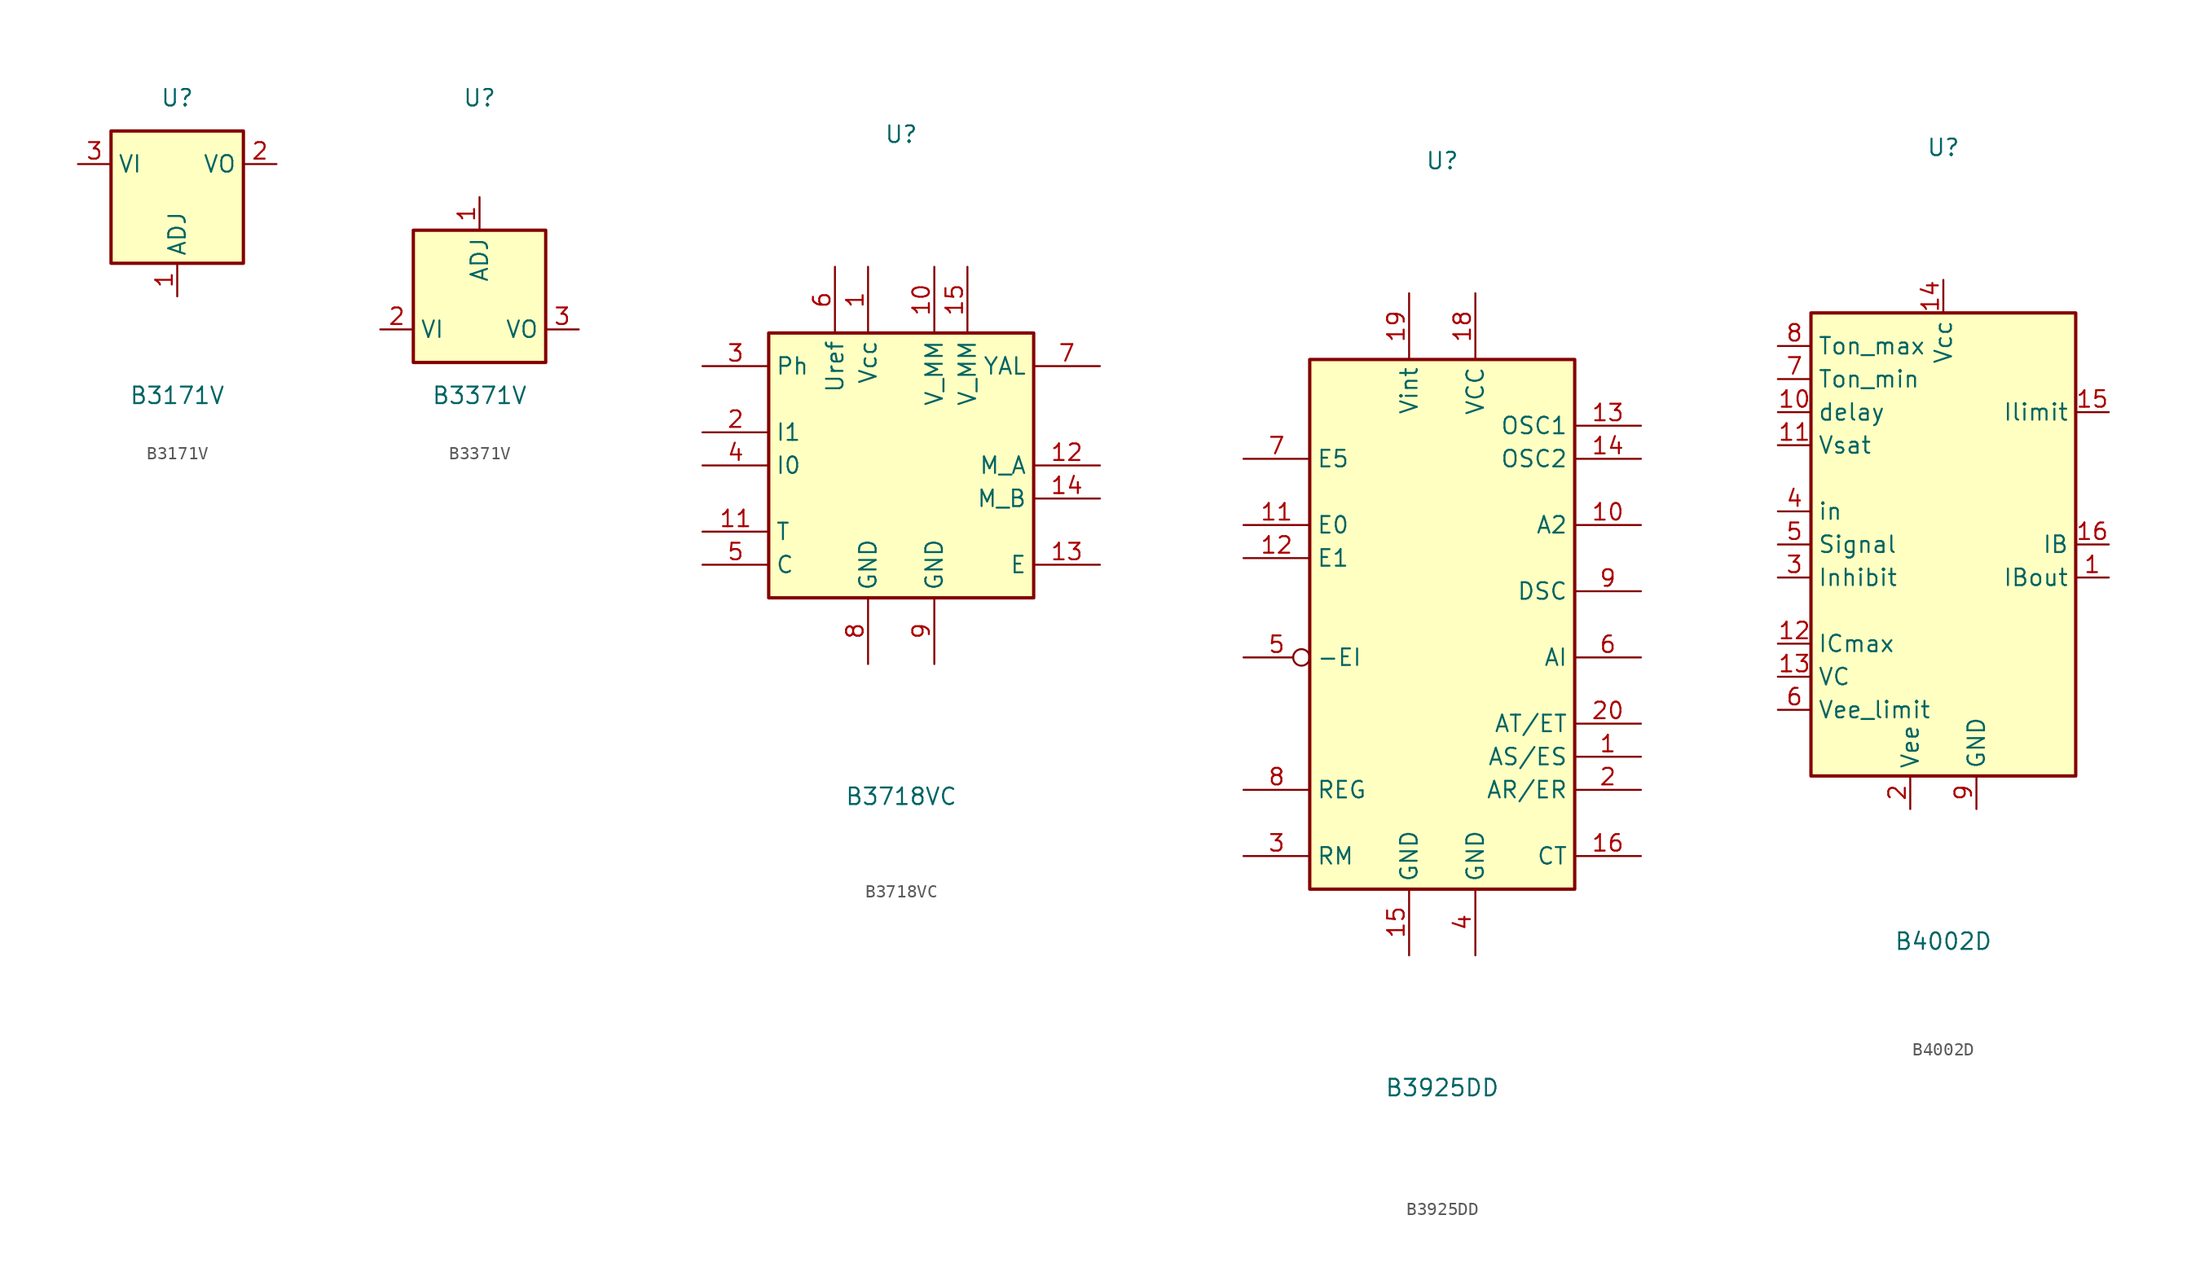
<source format=kicad_sym>
(kicad_symbol_lib
  (version 20241209)
  (generator "kicad_symbol_editor")
  (generator_version "9.0")
  (symbol "B3171V"
    (property "Reference" "U"
      (at 0 7.62 0)
      (effects (font (size 1.27 1.27))))
    (property "Value" "B3171V"
      (at 0 -15.24 0)
      (effects (font (size 1.27 1.27))))
    (symbol "B3171V_1_1"
      (rectangle (start -5.08 5.08) (end 5.08 -5.08) (stroke (width 0.254) (type default)) (fill (type background)))
      (pin power_in line (at -7.62 2.54 0) (length 2.54) (name "VI" (effects (font (size 1.27 1.27)))) (number "3" (effects (font (size 1.27 1.27)))))
      (pin input line (at 0 -7.62 90) (length 2.54) (name "ADJ" (effects (font (size 1.27 1.27)))) (number "1" (effects (font (size 1.27 1.27)))))
      (pin power_out line (at 7.62 2.54 180) (length 2.54) (name "VO" (effects (font (size 1.27 1.27)))) (number "2" (effects (font (size 1.27 1.27)))))))
  (symbol "B3371V"
    (property "Reference" "U"
      (at 0 15.24 0)
      (effects (font (size 1.27 1.27))))
    (property "Value" "B3371V"
      (at 0 -7.62 0)
      (effects (font (size 1.27 1.27))))
    (symbol "B3371V_1_1"
      (rectangle (start -5.08 5.08) (end 5.08 -5.08) (stroke (width 0.254) (type default)) (fill (type background)))
      (pin power_in line (at -7.62 -2.54 0) (length 2.54) (name "VI" (effects (font (size 1.27 1.27)))) (number "2" (effects (font (size 1.27 1.27)))))
      (pin input line (at 0 7.62 270) (length 2.54) (name "ADJ" (effects (font (size 1.27 1.27)))) (number "1" (effects (font (size 1.27 1.27)))))
      (pin power_out line (at 7.62 -2.54 180) (length 2.54) (name "VO" (effects (font (size 1.27 1.27)))) (number "3" (effects (font (size 1.27 1.27)))))))
  (symbol "B3718VC"
    (property "Reference" "U"
      (at 0 25.4 0)
      (effects (font (size 1.27 1.27))))
    (property "Value" "B3718VC"
      (at 0 -25.4 0)
      (effects (font (size 1.27 1.27))))
    (symbol "B3718VC_0_0"
      (pin input line (at -15.24 7.62 0) (length 5.08) (name "Ph" (effects (font (size 1.27 1.27)))) (number "3" (effects (font (size 1.27 1.27)))))
      (pin input line (at -15.24 2.54 0) (length 5.08) (name "I1" (effects (font (size 1.27 1.27)))) (number "2" (effects (font (size 1.27 1.27)))))
      (pin input line (at -15.24 0 0) (length 5.08) (name "I0" (effects (font (size 1.27 1.27)))) (number "4" (effects (font (size 1.27 1.27)))))
      (pin input line (at -15.24 -5.08 0) (length 5.08) (name "T" (effects (font (size 1.27 1.27)))) (number "11" (effects (font (size 1.27 1.27)))))
      (pin input line (at -15.24 -7.62 0) (length 5.08) (name "C" (effects (font (size 1.27 1.27)))) (number "5" (effects (font (size 1.27 1.27)))))
      (pin power_in line (at -5.08 15.24 270) (length 5.08) (name "Uref" (effects (font (size 1.27 1.27)))) (number "6" (effects (font (size 1.27 1.27)))))
      (pin power_in line (at -2.54 15.24 270) (length 5.08) (name "Vcc" (effects (font (size 1.27 1.27)))) (number "1" (effects (font (size 1.27 1.27)))))
      (pin power_in line (at -2.54 -15.24 90) (length 5.08) (name "GND" (effects (font (size 1.27 1.27)))) (number "8" (effects (font (size 1.27 1.27)))))
      (pin power_in line (at 2.54 15.24 270) (length 5.08) (name "V_MM" (effects (font (size 1.27 1.27)))) (number "10" (effects (font (size 1.27 1.27)))))
      (pin power_in line (at 2.54 -15.24 90) (length 5.08) (name "GND" (effects (font (size 1.27 1.27)))) (number "9" (effects (font (size 1.27 1.27)))))
      (pin power_in line (at 5.08 15.24 270) (length 5.08) (name "V_MM" (effects (font (size 1.27 1.27)))) (number "15" (effects (font (size 1.27 1.27)))))
      (pin output line (at 15.24 7.62 180) (length 5.08) (name "YAL" (effects (font (size 1.27 1.27)))) (number "7" (effects (font (size 1.27 1.27)))))
      (pin output line (at 15.24 0 180) (length 5.08) (name "M_A" (effects (font (size 1.27 1.27)))) (number "12" (effects (font (size 1.27 1.27)))))
      (pin output line (at 15.24 -2.54 180) (length 5.08) (name "M_B" (effects (font (size 1.27 1.27)))) (number "14" (effects (font (size 1.27 1.27)))))
      (pin passive line (at 15.24 -7.62 180) (length 5.08) (name "E" (effects (font (size 1.27 1.27)))) (number "13" (effects (font (size 1.27 1.27))))))
    (symbol "B3718VC_0_1"
      (rectangle (start -10.16 10.16) (end 10.16 -10.16) (stroke (width 0.254) (type default)) (fill (type background)))))
  (symbol "B3925DD"
    (property "Reference" "U"
      (at 0 35.56 0)
      (effects (font (size 1.27 1.27))))
    (property "Value" "B3925DD"
      (at 0 -35.56 0)
      (effects (font (size 1.27 1.27))))
    (symbol "B3925DD_0_0"
      (pin input line (at -15.24 12.7 0) (length 5.08) (name "E5" (effects (font (size 1.27 1.27)))) (number "7" (effects (font (size 1.27 1.27)))))
      (pin input line (at -15.24 7.62 0) (length 5.08) (name "E0" (effects (font (size 1.27 1.27)))) (number "11" (effects (font (size 1.27 1.27)))))
      (pin input line (at -15.24 5.08 0) (length 5.08) (name "E1" (effects (font (size 1.27 1.27)))) (number "12" (effects (font (size 1.27 1.27)))))
      (pin input inverted (at -15.24 -2.54 0) (length 5.08) (name "-EI" (effects (font (size 1.27 1.27)))) (number "5" (effects (font (size 1.27 1.27)))))
      (pin passive line (at -15.24 -12.7 0) (length 5.08) (name "REG" (effects (font (size 1.27 1.27)))) (number "8" (effects (font (size 1.27 1.27)))))
      (pin passive line (at -15.24 -17.78 0) (length 5.08) (name "RM" (effects (font (size 1.27 1.27)))) (number "3" (effects (font (size 1.27 1.27)))))
      (pin no_connect line (at -10.16 -7.62 0) (length 5.08) (hide yes) (name "~" (effects (font (size 1.27 1.27)))) (number "17" (effects (font (size 1.27 1.27)))))
      (pin power_in line (at -2.54 25.4 270) (length 5.08) (name "Vint" (effects (font (size 1.27 1.27)))) (number "19" (effects (font (size 1.27 1.27)))))
      (pin power_in line (at -2.54 -25.4 90) (length 5.08) (name "GND" (effects (font (size 1.27 1.27)))) (number "15" (effects (font (size 1.27 1.27)))))
      (pin power_in line (at 2.54 25.4 270) (length 5.08) (name "VCC" (effects (font (size 1.27 1.27)))) (number "18" (effects (font (size 1.27 1.27)))))
      (pin power_in line (at 2.54 -25.4 90) (length 5.08) (name "GND" (effects (font (size 1.27 1.27)))) (number "4" (effects (font (size 1.27 1.27)))))
      (pin passive line (at 15.24 15.24 180) (length 5.08) (name "OSC1" (effects (font (size 1.27 1.27)))) (number "13" (effects (font (size 1.27 1.27)))))
      (pin passive line (at 15.24 12.7 180) (length 5.08) (name "OSC2" (effects (font (size 1.27 1.27)))) (number "14" (effects (font (size 1.27 1.27)))))
      (pin unspecified line (at 15.24 7.62 180) (length 5.08) (name "A2" (effects (font (size 1.27 1.27)))) (number "10" (effects (font (size 1.27 1.27)))))
      (pin output line (at 15.24 2.54 180) (length 5.08) (name "DSC" (effects (font (size 1.27 1.27)))) (number "9" (effects (font (size 1.27 1.27)))))
      (pin output line (at 15.24 -2.54 180) (length 5.08) (name "AI" (effects (font (size 1.27 1.27)))) (number "6" (effects (font (size 1.27 1.27)))))
      (pin bidirectional line (at 15.24 -7.62 180) (length 5.08) (name "AT/ET" (effects (font (size 1.27 1.27)))) (number "20" (effects (font (size 1.27 1.27)))))
      (pin bidirectional line (at 15.24 -10.16 180) (length 5.08) (name "AS/ES" (effects (font (size 1.27 1.27)))) (number "1" (effects (font (size 1.27 1.27)))))
      (pin bidirectional line (at 15.24 -12.7 180) (length 5.08) (name "AR/ER" (effects (font (size 1.27 1.27)))) (number "2" (effects (font (size 1.27 1.27)))))
      (pin passive line (at 15.24 -17.78 180) (length 5.08) (name "CT" (effects (font (size 1.27 1.27)))) (number "16" (effects (font (size 1.27 1.27))))))
    (symbol "B3925DD_0_1"
      (rectangle (start -10.16 20.32) (end 10.16 -20.32) (stroke (width 0.254) (type default)) (fill (type background)))))
  (symbol "B4002D"
    (property "Reference" "U"
      (at 0 30.48 0)
      (effects (font (size 1.27 1.27))))
    (property "Value" "B4002D"
      (at 0 -30.48 0)
      (effects (font (size 1.27 1.27))))
    (symbol "B4002D_0_0"
      (pin input line (at -12.7 15.24 0) (length 2.54) (name "Ton_max" (effects (font (size 1.27 1.27)))) (number "8" (effects (font (size 1.27 1.27)))))
      (pin input line (at -12.7 12.7 0) (length 2.54) (name "Ton_min" (effects (font (size 1.27 1.27)))) (number "7" (effects (font (size 1.27 1.27)))))
      (pin input line (at -12.7 10.16 0) (length 2.54) (name "delay" (effects (font (size 1.27 1.27)))) (number "10" (effects (font (size 1.27 1.27)))))
      (pin input line (at -12.7 7.62 0) (length 2.54) (name "Vsat" (effects (font (size 1.27 1.27)))) (number "11" (effects (font (size 1.27 1.27)))))
      (pin input line (at -12.7 2.54 0) (length 2.54) (name "in" (effects (font (size 1.27 1.27)))) (number "4" (effects (font (size 1.27 1.27)))))
      (pin input line (at -12.7 0 0) (length 2.54) (name "Signal" (effects (font (size 1.27 1.27)))) (number "5" (effects (font (size 1.27 1.27)))))
      (pin input line (at -12.7 -2.54 0) (length 2.54) (name "Inhibit" (effects (font (size 1.27 1.27)))) (number "3" (effects (font (size 1.27 1.27)))))
      (pin input line (at -12.7 -7.62 0) (length 2.54) (name "ICmax" (effects (font (size 1.27 1.27)))) (number "12" (effects (font (size 1.27 1.27)))))
      (pin input line (at -12.7 -10.16 0) (length 2.54) (name "VC" (effects (font (size 1.27 1.27)))) (number "13" (effects (font (size 1.27 1.27)))))
      (pin input line (at -12.7 -12.7 0) (length 2.54) (name "Vee_limit" (effects (font (size 1.27 1.27)))) (number "6" (effects (font (size 1.27 1.27)))))
      (pin power_in line (at -2.54 -20.32 90) (length 2.54) (name "Vee" (effects (font (size 1.27 1.27)))) (number "2" (effects (font (size 1.27 1.27)))))
      (pin power_in line (at 0 20.32 270) (length 2.54) (name "Vcc" (effects (font (size 1.27 1.27)))) (number "14" (effects (font (size 1.27 1.27)))))
      (pin power_in line (at 2.54 -20.32 90) (length 2.54) (name "GND" (effects (font (size 1.27 1.27)))) (number "9" (effects (font (size 1.27 1.27)))))
      (pin passive line (at 12.7 10.16 180) (length 2.54) (name "Ilimit" (effects (font (size 1.27 1.27)))) (number "15" (effects (font (size 1.27 1.27)))))
      (pin output line (at 12.7 0 180) (length 2.54) (name "IB" (effects (font (size 1.27 1.27)))) (number "16" (effects (font (size 1.27 1.27)))))
      (pin output line (at 12.7 -2.54 180) (length 2.54) (name "IBout" (effects (font (size 1.27 1.27)))) (number "1" (effects (font (size 1.27 1.27))))))
    (symbol "B4002D_0_1"
      (rectangle (start -10.16 17.78) (end 10.16 -17.78) (stroke (width 0.254) (type default)) (fill (type background))))))
</source>
